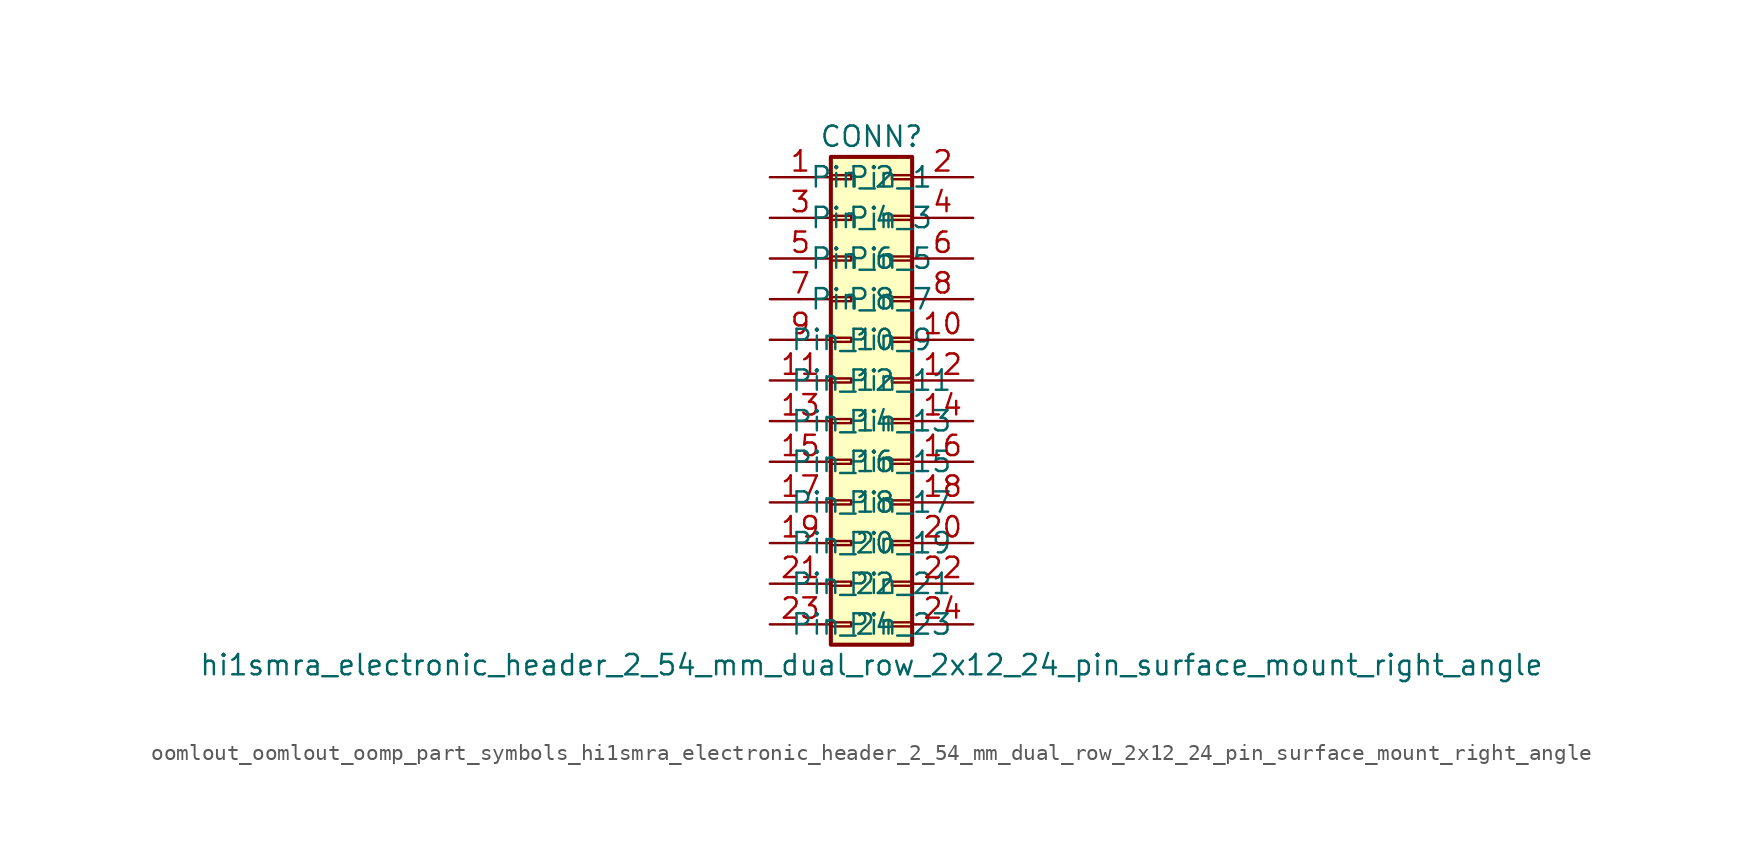
<source format=kicad_sym>
(kicad_symbol_lib
  (version 20220914)
  (generator kicad_symbol_editor)
  (symbol "oomlout_oomlout_oomp_part_symbols_hi1smra_electronic_header_2_54_mm_dual_row_2x12_24_pin_surface_mount_right_angle"
    (pin_names
      (offset 1.016))
    (property "Reference" "CONN"
      (at 1.27 15.24 0)
      (effects (font (size 1.27 1.27))))
    (property "Value" "hi1smra_electronic_header_2_54_mm_dual_row_2x12_24_pin_surface_mount_right_angle"
      (at 1.27 -17.78 0)
      (effects (font (size 1.27 1.27))))
    (symbol "oomlout_oomlout_oomp_part_symbols_hi1smra_electronic_header_2_54_mm_dual_row_2x12_24_pin_surface_mount_right_angle_1_1"
      (rectangle (start -1.27 -15.113) (end 0 -15.367) (stroke (width 0.152) (type default)) (fill (type none)))
      (rectangle (start -1.27 -12.573) (end 0 -12.827) (stroke (width 0.152) (type default)) (fill (type none)))
      (rectangle (start -1.27 -10.033) (end 0 -10.287) (stroke (width 0.152) (type default)) (fill (type none)))
      (rectangle (start -1.27 -7.493) (end 0 -7.747) (stroke (width 0.152) (type default)) (fill (type none)))
      (rectangle (start -1.27 -4.953) (end 0 -5.207) (stroke (width 0.152) (type default)) (fill (type none)))
      (rectangle (start -1.27 -2.413) (end 0 -2.667) (stroke (width 0.152) (type default)) (fill (type none)))
      (rectangle (start -1.27 0.127) (end 0 -0.127) (stroke (width 0.152) (type default)) (fill (type none)))
      (rectangle (start -1.27 2.667) (end 0 2.413) (stroke (width 0.152) (type default)) (fill (type none)))
      (rectangle (start -1.27 5.207) (end 0 4.953) (stroke (width 0.152) (type default)) (fill (type none)))
      (rectangle (start -1.27 7.747) (end 0 7.493) (stroke (width 0.152) (type default)) (fill (type none)))
      (rectangle (start -1.27 10.287) (end 0 10.033) (stroke (width 0.152) (type default)) (fill (type none)))
      (rectangle (start -1.27 12.827) (end 0 12.573) (stroke (width 0.152) (type default)) (fill (type none)))
      (rectangle (start -1.27 13.97) (end 3.81 -16.51) (stroke (width 0.254) (type default)) (fill (type background)))
      (rectangle (start 3.81 -15.113) (end 2.54 -15.367) (stroke (width 0.152) (type default)) (fill (type none)))
      (rectangle (start 3.81 -12.573) (end 2.54 -12.827) (stroke (width 0.152) (type default)) (fill (type none)))
      (rectangle (start 3.81 -10.033) (end 2.54 -10.287) (stroke (width 0.152) (type default)) (fill (type none)))
      (rectangle (start 3.81 -7.493) (end 2.54 -7.747) (stroke (width 0.152) (type default)) (fill (type none)))
      (rectangle (start 3.81 -4.953) (end 2.54 -5.207) (stroke (width 0.152) (type default)) (fill (type none)))
      (rectangle (start 3.81 -2.413) (end 2.54 -2.667) (stroke (width 0.152) (type default)) (fill (type none)))
      (rectangle (start 3.81 0.127) (end 2.54 -0.127) (stroke (width 0.152) (type default)) (fill (type none)))
      (rectangle (start 3.81 2.667) (end 2.54 2.413) (stroke (width 0.152) (type default)) (fill (type none)))
      (rectangle (start 3.81 5.207) (end 2.54 4.953) (stroke (width 0.152) (type default)) (fill (type none)))
      (rectangle (start 3.81 7.747) (end 2.54 7.493) (stroke (width 0.152) (type default)) (fill (type none)))
      (rectangle (start 3.81 10.287) (end 2.54 10.033) (stroke (width 0.152) (type default)) (fill (type none)))
      (rectangle (start 3.81 12.827) (end 2.54 12.573) (stroke (width 0.152) (type default)) (fill (type none)))
      (pin passive line (at -5.08 12.7 0) (length 3.81) (name "Pin_1" (effects (font (size 1.27 1.27)))) (number "1" (effects (font (size 1.27 1.27)))))
      (pin passive line (at 7.62 2.54 180) (length 3.81) (name "Pin_10" (effects (font (size 1.27 1.27)))) (number "10" (effects (font (size 1.27 1.27)))))
      (pin passive line (at -5.08 0 0) (length 3.81) (name "Pin_11" (effects (font (size 1.27 1.27)))) (number "11" (effects (font (size 1.27 1.27)))))
      (pin passive line (at 7.62 0 180) (length 3.81) (name "Pin_12" (effects (font (size 1.27 1.27)))) (number "12" (effects (font (size 1.27 1.27)))))
      (pin passive line (at -5.08 -2.54 0) (length 3.81) (name "Pin_13" (effects (font (size 1.27 1.27)))) (number "13" (effects (font (size 1.27 1.27)))))
      (pin passive line (at 7.62 -2.54 180) (length 3.81) (name "Pin_14" (effects (font (size 1.27 1.27)))) (number "14" (effects (font (size 1.27 1.27)))))
      (pin passive line (at -5.08 -5.08 0) (length 3.81) (name "Pin_15" (effects (font (size 1.27 1.27)))) (number "15" (effects (font (size 1.27 1.27)))))
      (pin passive line (at 7.62 -5.08 180) (length 3.81) (name "Pin_16" (effects (font (size 1.27 1.27)))) (number "16" (effects (font (size 1.27 1.27)))))
      (pin passive line (at -5.08 -7.62 0) (length 3.81) (name "Pin_17" (effects (font (size 1.27 1.27)))) (number "17" (effects (font (size 1.27 1.27)))))
      (pin passive line (at 7.62 -7.62 180) (length 3.81) (name "Pin_18" (effects (font (size 1.27 1.27)))) (number "18" (effects (font (size 1.27 1.27)))))
      (pin passive line (at -5.08 -10.16 0) (length 3.81) (name "Pin_19" (effects (font (size 1.27 1.27)))) (number "19" (effects (font (size 1.27 1.27)))))
      (pin passive line (at 7.62 12.7 180) (length 3.81) (name "Pin_2" (effects (font (size 1.27 1.27)))) (number "2" (effects (font (size 1.27 1.27)))))
      (pin passive line (at 7.62 -10.16 180) (length 3.81) (name "Pin_20" (effects (font (size 1.27 1.27)))) (number "20" (effects (font (size 1.27 1.27)))))
      (pin passive line (at -5.08 -12.7 0) (length 3.81) (name "Pin_21" (effects (font (size 1.27 1.27)))) (number "21" (effects (font (size 1.27 1.27)))))
      (pin passive line (at 7.62 -12.7 180) (length 3.81) (name "Pin_22" (effects (font (size 1.27 1.27)))) (number "22" (effects (font (size 1.27 1.27)))))
      (pin passive line (at -5.08 -15.24 0) (length 3.81) (name "Pin_23" (effects (font (size 1.27 1.27)))) (number "23" (effects (font (size 1.27 1.27)))))
      (pin passive line (at 7.62 -15.24 180) (length 3.81) (name "Pin_24" (effects (font (size 1.27 1.27)))) (number "24" (effects (font (size 1.27 1.27)))))
      (pin passive line (at -5.08 10.16 0) (length 3.81) (name "Pin_3" (effects (font (size 1.27 1.27)))) (number "3" (effects (font (size 1.27 1.27)))))
      (pin passive line (at 7.62 10.16 180) (length 3.81) (name "Pin_4" (effects (font (size 1.27 1.27)))) (number "4" (effects (font (size 1.27 1.27)))))
      (pin passive line (at -5.08 7.62 0) (length 3.81) (name "Pin_5" (effects (font (size 1.27 1.27)))) (number "5" (effects (font (size 1.27 1.27)))))
      (pin passive line (at 7.62 7.62 180) (length 3.81) (name "Pin_6" (effects (font (size 1.27 1.27)))) (number "6" (effects (font (size 1.27 1.27)))))
      (pin passive line (at -5.08 5.08 0) (length 3.81) (name "Pin_7" (effects (font (size 1.27 1.27)))) (number "7" (effects (font (size 1.27 1.27)))))
      (pin passive line (at 7.62 5.08 180) (length 3.81) (name "Pin_8" (effects (font (size 1.27 1.27)))) (number "8" (effects (font (size 1.27 1.27)))))
      (pin passive line (at -5.08 2.54 0) (length 3.81) (name "Pin_9" (effects (font (size 1.27 1.27)))) (number "9" (effects (font (size 1.27 1.27))))))))
</source>
